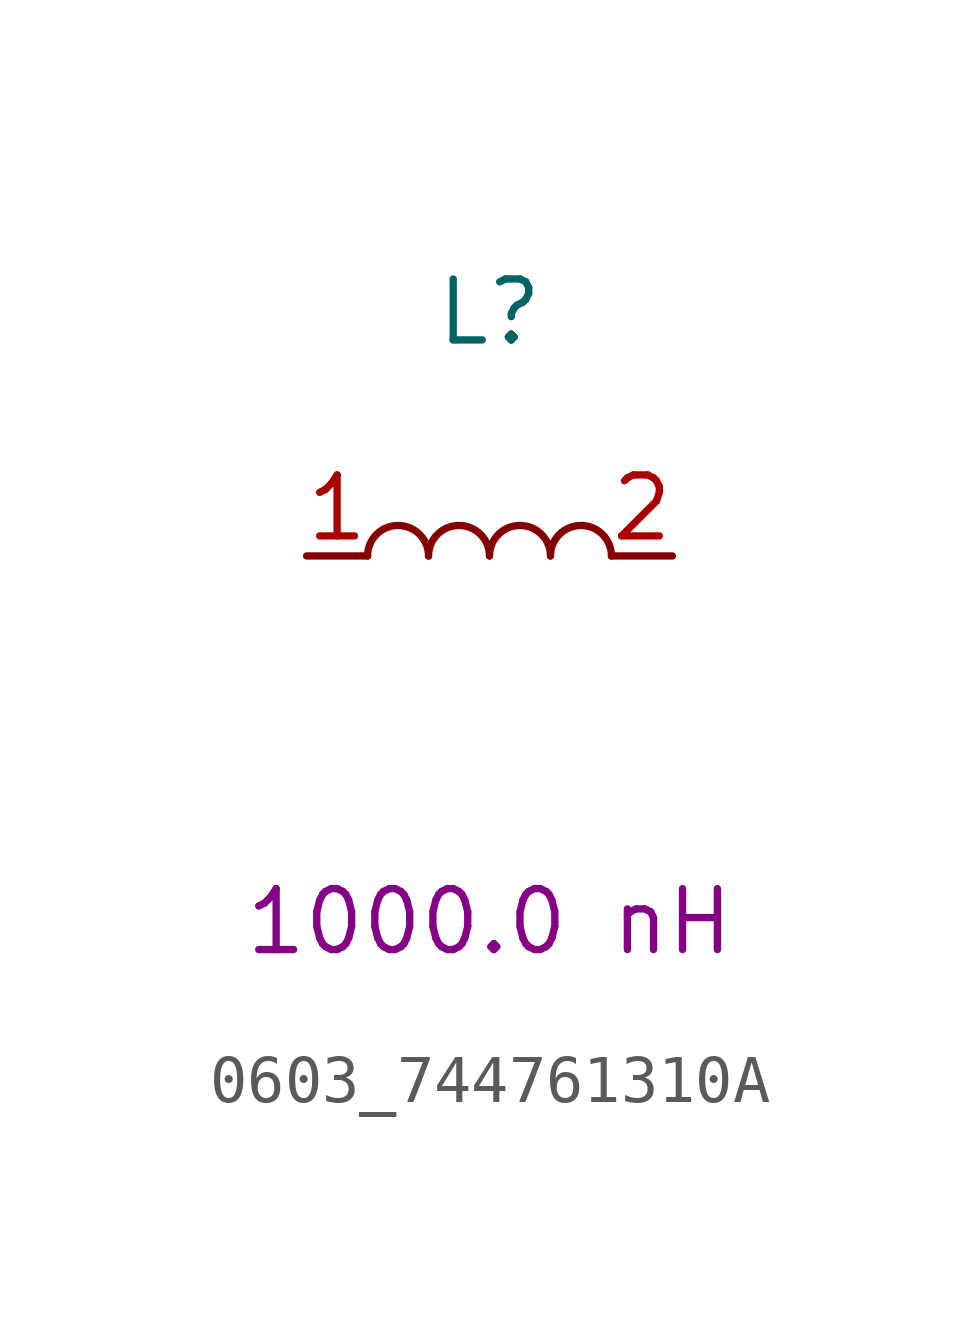
<source format=kicad_sym>
(kicad_symbol_lib
  (version 20220914)
  (generator kicad_symbol_editor)
  (symbol "0603_744761310A"
    (pin_names hide)
    (property "Reference" "L"
      (at 0 5.08 0)
      (effects (font (size 1.27 1.27))))
    (property "Critical Parameter" "1000.0 nH"
      (at 0 -7.62 0)
      (effects (font (size 1.27 1.27))))
    (symbol "0603_744761310A_0_1"
      (arc (start -1.27 0) (mid -1.905 0.6323) (end -2.54 0) (stroke (width 0) (type default)) (fill (type none)))
      (arc (start 0 0) (mid -0.635 0.6323) (end -1.27 0) (stroke (width 0) (type default)) (fill (type none)))
      (arc (start 1.27 0) (mid 0.635 0.6323) (end 0 0) (stroke (width 0) (type default)) (fill (type none)))
      (arc (start 2.54 0) (mid 1.905 0.6323) (end 1.27 0) (stroke (width 0) (type default)) (fill (type none))))
    (symbol "0603_744761310A_1_1"
      (pin passive line (at -3.81 0 0) (length 1.27) (name "1" (effects (font (size 1.27 1.27)))) (number "1" (effects (font (size 1.27 1.27)))))
      (pin passive line (at 3.81 0 180) (length 1.27) (name "2" (effects (font (size 1.27 1.27)))) (number "2" (effects (font (size 1.27 1.27))))))))
</source>
